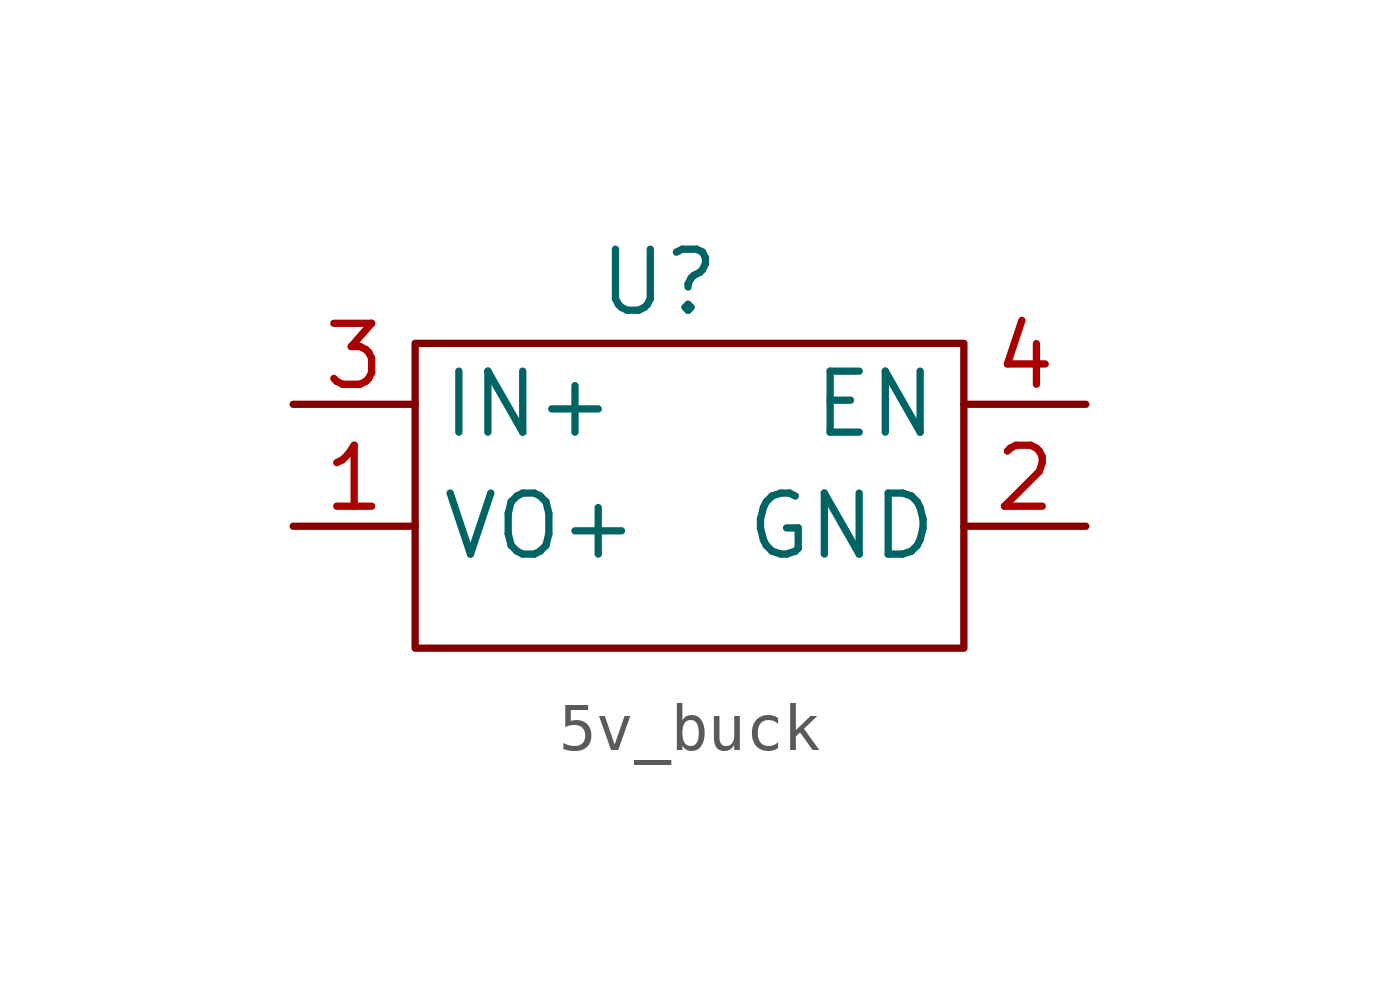
<source format=kicad_sym>
(kicad_symbol_lib
  (version 20220914)
  (generator kicad_symbol_editor)
  (symbol "5v_buck"
    (property "Reference" "U"
      (at 5.08 1.27 0)
      (effects (font (size 1.27 1.27))))
    (property "Value" ""
      (at 0 0 0)
      (effects (font (size 1.27 1.27))))
    (symbol "5v_buck_0_1"
      (rectangle (start 0 0) (end 11.43 -6.35) (stroke (width 0) (type default)) (fill (type none))))
    (symbol "5v_buck_1_1"
      (pin input line (at -2.54 -3.81 0) (length 2.54) (name "VO+" (effects (font (size 1.27 1.27)))) (number "1" (effects (font (size 1.27 1.27)))))
      (pin input line (at 13.97 -3.81 180) (length 2.54) (name "GND" (effects (font (size 1.27 1.27)))) (number "2" (effects (font (size 1.27 1.27)))))
      (pin input line (at -2.54 -1.27 0) (length 2.54) (name "IN+" (effects (font (size 1.27 1.27)))) (number "3" (effects (font (size 1.27 1.27)))))
      (pin input line (at 13.97 -1.27 180) (length 2.54) (name "EN" (effects (font (size 1.27 1.27)))) (number "4" (effects (font (size 1.27 1.27))))))))
</source>
